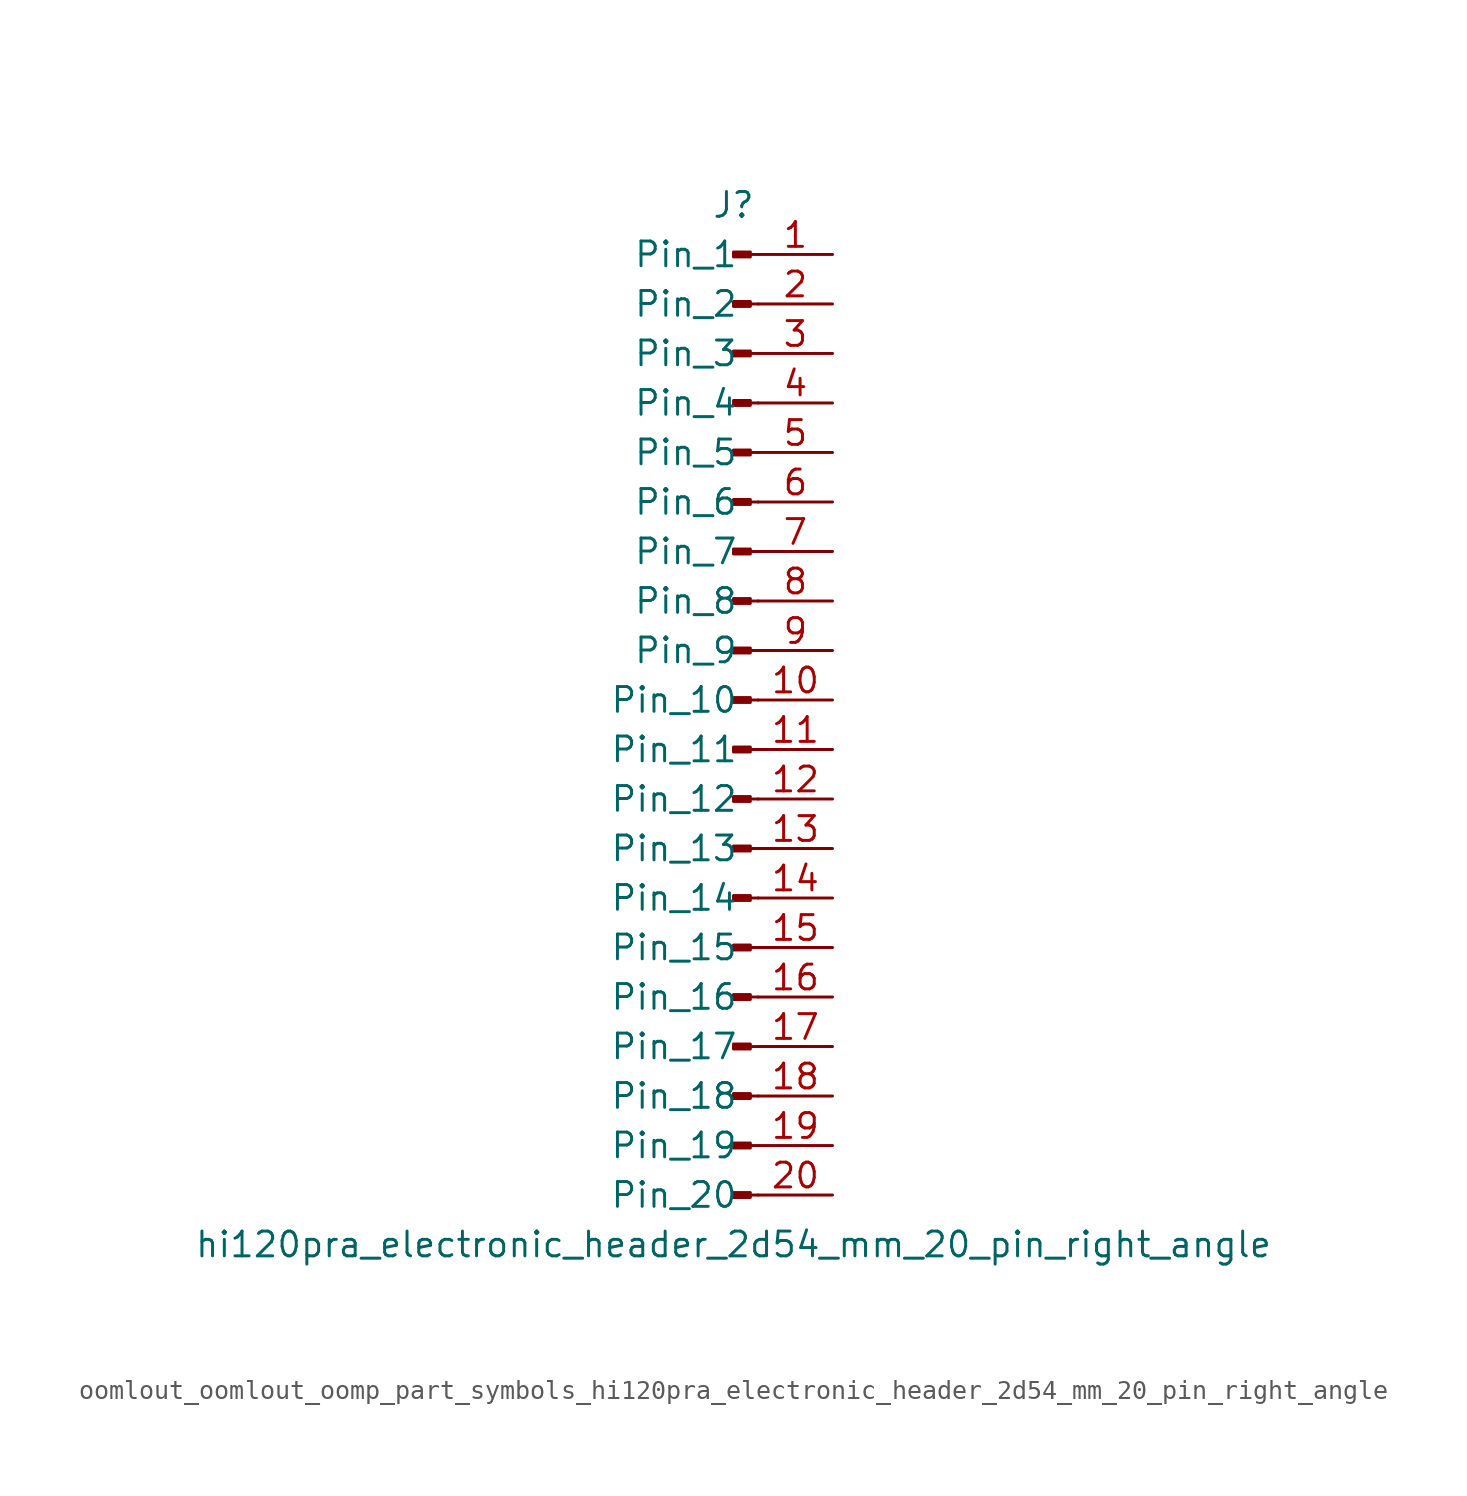
<source format=kicad_sym>
(kicad_symbol_lib
  (version 20220914)
  (generator kicad_symbol_editor)
  (symbol "oomlout_oomlout_oomp_part_symbols_hi120pra_electronic_header_2d54_mm_20_pin_right_angle"
    (pin_names
      (offset 1.016))
    (property "Reference" "J"
      (at 0 25.4 0)
      (effects (font (size 1.27 1.27))))
    (property "Value" "hi120pra_electronic_header_2d54_mm_20_pin_right_angle"
      (at 0 -27.94 0)
      (effects (font (size 1.27 1.27))))
    (property "ki_locked" ""
      (at 0 0 0)
      (effects (font (size 1.27 1.27))))
    (symbol "oomlout_oomlout_oomp_part_symbols_hi120pra_electronic_header_2d54_mm_20_pin_right_angle_1_1"
      (polyline (pts (xy 1.27 -25.4) (xy 0.864 -25.4)) (stroke (width 0.152) (type default)) (fill (type none)))
      (polyline (pts (xy 1.27 -22.86) (xy 0.864 -22.86)) (stroke (width 0.152) (type default)) (fill (type none)))
      (polyline (pts (xy 1.27 -20.32) (xy 0.864 -20.32)) (stroke (width 0.152) (type default)) (fill (type none)))
      (polyline (pts (xy 1.27 -17.78) (xy 0.864 -17.78)) (stroke (width 0.152) (type default)) (fill (type none)))
      (polyline (pts (xy 1.27 -15.24) (xy 0.864 -15.24)) (stroke (width 0.152) (type default)) (fill (type none)))
      (polyline (pts (xy 1.27 -12.7) (xy 0.864 -12.7)) (stroke (width 0.152) (type default)) (fill (type none)))
      (polyline (pts (xy 1.27 -10.16) (xy 0.864 -10.16)) (stroke (width 0.152) (type default)) (fill (type none)))
      (polyline (pts (xy 1.27 -7.62) (xy 0.864 -7.62)) (stroke (width 0.152) (type default)) (fill (type none)))
      (polyline (pts (xy 1.27 -5.08) (xy 0.864 -5.08)) (stroke (width 0.152) (type default)) (fill (type none)))
      (polyline (pts (xy 1.27 -2.54) (xy 0.864 -2.54)) (stroke (width 0.152) (type default)) (fill (type none)))
      (polyline (pts (xy 1.27 0) (xy 0.864 0)) (stroke (width 0.152) (type default)) (fill (type none)))
      (polyline (pts (xy 1.27 2.54) (xy 0.864 2.54)) (stroke (width 0.152) (type default)) (fill (type none)))
      (polyline (pts (xy 1.27 5.08) (xy 0.864 5.08)) (stroke (width 0.152) (type default)) (fill (type none)))
      (polyline (pts (xy 1.27 7.62) (xy 0.864 7.62)) (stroke (width 0.152) (type default)) (fill (type none)))
      (polyline (pts (xy 1.27 10.16) (xy 0.864 10.16)) (stroke (width 0.152) (type default)) (fill (type none)))
      (polyline (pts (xy 1.27 12.7) (xy 0.864 12.7)) (stroke (width 0.152) (type default)) (fill (type none)))
      (polyline (pts (xy 1.27 15.24) (xy 0.864 15.24)) (stroke (width 0.152) (type default)) (fill (type none)))
      (polyline (pts (xy 1.27 17.78) (xy 0.864 17.78)) (stroke (width 0.152) (type default)) (fill (type none)))
      (polyline (pts (xy 1.27 20.32) (xy 0.864 20.32)) (stroke (width 0.152) (type default)) (fill (type none)))
      (polyline (pts (xy 1.27 22.86) (xy 0.864 22.86)) (stroke (width 0.152) (type default)) (fill (type none)))
      (rectangle (start 0.864 -25.273) (end 0 -25.527) (stroke (width 0.152) (type default)) (fill (type outline)))
      (rectangle (start 0.864 -22.733) (end 0 -22.987) (stroke (width 0.152) (type default)) (fill (type outline)))
      (rectangle (start 0.864 -20.193) (end 0 -20.447) (stroke (width 0.152) (type default)) (fill (type outline)))
      (rectangle (start 0.864 -17.653) (end 0 -17.907) (stroke (width 0.152) (type default)) (fill (type outline)))
      (rectangle (start 0.864 -15.113) (end 0 -15.367) (stroke (width 0.152) (type default)) (fill (type outline)))
      (rectangle (start 0.864 -12.573) (end 0 -12.827) (stroke (width 0.152) (type default)) (fill (type outline)))
      (rectangle (start 0.864 -10.033) (end 0 -10.287) (stroke (width 0.152) (type default)) (fill (type outline)))
      (rectangle (start 0.864 -7.493) (end 0 -7.747) (stroke (width 0.152) (type default)) (fill (type outline)))
      (rectangle (start 0.864 -4.953) (end 0 -5.207) (stroke (width 0.152) (type default)) (fill (type outline)))
      (rectangle (start 0.864 -2.413) (end 0 -2.667) (stroke (width 0.152) (type default)) (fill (type outline)))
      (rectangle (start 0.864 0.127) (end 0 -0.127) (stroke (width 0.152) (type default)) (fill (type outline)))
      (rectangle (start 0.864 2.667) (end 0 2.413) (stroke (width 0.152) (type default)) (fill (type outline)))
      (rectangle (start 0.864 5.207) (end 0 4.953) (stroke (width 0.152) (type default)) (fill (type outline)))
      (rectangle (start 0.864 7.747) (end 0 7.493) (stroke (width 0.152) (type default)) (fill (type outline)))
      (rectangle (start 0.864 10.287) (end 0 10.033) (stroke (width 0.152) (type default)) (fill (type outline)))
      (rectangle (start 0.864 12.827) (end 0 12.573) (stroke (width 0.152) (type default)) (fill (type outline)))
      (rectangle (start 0.864 15.367) (end 0 15.113) (stroke (width 0.152) (type default)) (fill (type outline)))
      (rectangle (start 0.864 17.907) (end 0 17.653) (stroke (width 0.152) (type default)) (fill (type outline)))
      (rectangle (start 0.864 20.447) (end 0 20.193) (stroke (width 0.152) (type default)) (fill (type outline)))
      (rectangle (start 0.864 22.987) (end 0 22.733) (stroke (width 0.152) (type default)) (fill (type outline)))
      (pin passive line (at 5.08 22.86 180) (length 3.81) (name "Pin_1" (effects (font (size 1.27 1.27)))) (number "1" (effects (font (size 1.27 1.27)))))
      (pin passive line (at 5.08 0 180) (length 3.81) (name "Pin_10" (effects (font (size 1.27 1.27)))) (number "10" (effects (font (size 1.27 1.27)))))
      (pin passive line (at 5.08 -2.54 180) (length 3.81) (name "Pin_11" (effects (font (size 1.27 1.27)))) (number "11" (effects (font (size 1.27 1.27)))))
      (pin passive line (at 5.08 -5.08 180) (length 3.81) (name "Pin_12" (effects (font (size 1.27 1.27)))) (number "12" (effects (font (size 1.27 1.27)))))
      (pin passive line (at 5.08 -7.62 180) (length 3.81) (name "Pin_13" (effects (font (size 1.27 1.27)))) (number "13" (effects (font (size 1.27 1.27)))))
      (pin passive line (at 5.08 -10.16 180) (length 3.81) (name "Pin_14" (effects (font (size 1.27 1.27)))) (number "14" (effects (font (size 1.27 1.27)))))
      (pin passive line (at 5.08 -12.7 180) (length 3.81) (name "Pin_15" (effects (font (size 1.27 1.27)))) (number "15" (effects (font (size 1.27 1.27)))))
      (pin passive line (at 5.08 -15.24 180) (length 3.81) (name "Pin_16" (effects (font (size 1.27 1.27)))) (number "16" (effects (font (size 1.27 1.27)))))
      (pin passive line (at 5.08 -17.78 180) (length 3.81) (name "Pin_17" (effects (font (size 1.27 1.27)))) (number "17" (effects (font (size 1.27 1.27)))))
      (pin passive line (at 5.08 -20.32 180) (length 3.81) (name "Pin_18" (effects (font (size 1.27 1.27)))) (number "18" (effects (font (size 1.27 1.27)))))
      (pin passive line (at 5.08 -22.86 180) (length 3.81) (name "Pin_19" (effects (font (size 1.27 1.27)))) (number "19" (effects (font (size 1.27 1.27)))))
      (pin passive line (at 5.08 20.32 180) (length 3.81) (name "Pin_2" (effects (font (size 1.27 1.27)))) (number "2" (effects (font (size 1.27 1.27)))))
      (pin passive line (at 5.08 -25.4 180) (length 3.81) (name "Pin_20" (effects (font (size 1.27 1.27)))) (number "20" (effects (font (size 1.27 1.27)))))
      (pin passive line (at 5.08 17.78 180) (length 3.81) (name "Pin_3" (effects (font (size 1.27 1.27)))) (number "3" (effects (font (size 1.27 1.27)))))
      (pin passive line (at 5.08 15.24 180) (length 3.81) (name "Pin_4" (effects (font (size 1.27 1.27)))) (number "4" (effects (font (size 1.27 1.27)))))
      (pin passive line (at 5.08 12.7 180) (length 3.81) (name "Pin_5" (effects (font (size 1.27 1.27)))) (number "5" (effects (font (size 1.27 1.27)))))
      (pin passive line (at 5.08 10.16 180) (length 3.81) (name "Pin_6" (effects (font (size 1.27 1.27)))) (number "6" (effects (font (size 1.27 1.27)))))
      (pin passive line (at 5.08 7.62 180) (length 3.81) (name "Pin_7" (effects (font (size 1.27 1.27)))) (number "7" (effects (font (size 1.27 1.27)))))
      (pin passive line (at 5.08 5.08 180) (length 3.81) (name "Pin_8" (effects (font (size 1.27 1.27)))) (number "8" (effects (font (size 1.27 1.27)))))
      (pin passive line (at 5.08 2.54 180) (length 3.81) (name "Pin_9" (effects (font (size 1.27 1.27)))) (number "9" (effects (font (size 1.27 1.27))))))))
</source>
